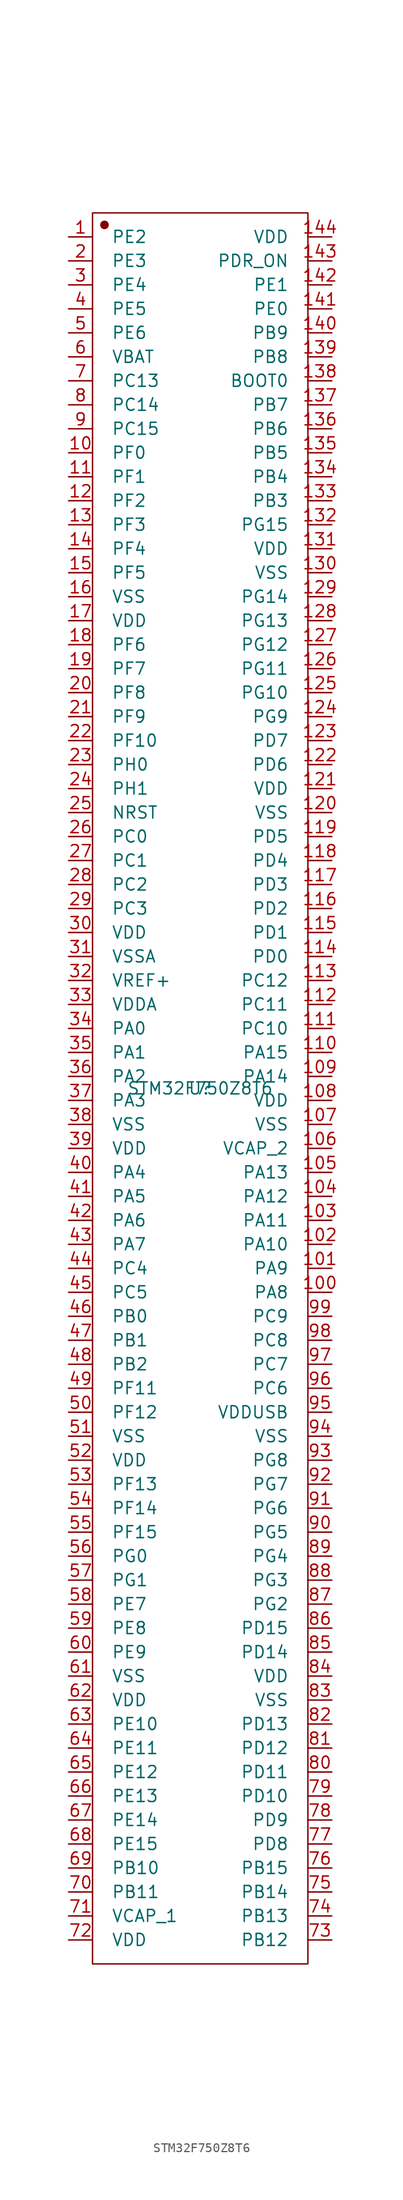
<source format=kicad_sym>
(kicad_symbol_lib
  (version 20201005)
  (generator kicad_symbol_editor)
  (symbol "LCSC:STM32F750Z8T6"
    (pin_names
      (offset 2))
    (property "Reference" "U"
      (at 0 0 0)
      (effects (font (size 1.27 1.27))))
    (property "Value" "STM32F750Z8T6"
      (at 0 0 0)
      (effects (font (size 1.27 1.27))))
    (symbol "STM32F750Z8T6_0_0")
    (symbol "STM32F750Z8T6_0_1"
      (circle (center -10.16 91.44) (radius 0.381) (stroke (width 0)) (fill (type outline)))
      (rectangle (start -11.43 92.71) (end 11.43 -92.71) (stroke (width 0)) (fill (type none))))
    (symbol "STM32F750Z8T6_1_1"
      (pin passive line (at -13.97 90.17 0) (length 2.54) (name "PE2" (effects (font (size 1.27 1.27)))) (number "1" (effects (font (size 1.27 1.27)))))
      (pin passive line (at -13.97 87.63 0) (length 2.54) (name "PE3" (effects (font (size 1.27 1.27)))) (number "2" (effects (font (size 1.27 1.27)))))
      (pin passive line (at -13.97 85.09 0) (length 2.54) (name "PE4" (effects (font (size 1.27 1.27)))) (number "3" (effects (font (size 1.27 1.27)))))
      (pin passive line (at -13.97 82.55 0) (length 2.54) (name "PE5" (effects (font (size 1.27 1.27)))) (number "4" (effects (font (size 1.27 1.27)))))
      (pin passive line (at -13.97 80.01 0) (length 2.54) (name "PE6" (effects (font (size 1.27 1.27)))) (number "5" (effects (font (size 1.27 1.27)))))
      (pin passive line (at -13.97 77.47 0) (length 2.54) (name "VBAT" (effects (font (size 1.27 1.27)))) (number "6" (effects (font (size 1.27 1.27)))))
      (pin passive line (at -13.97 74.93 0) (length 2.54) (name "PC13" (effects (font (size 1.27 1.27)))) (number "7" (effects (font (size 1.27 1.27)))))
      (pin passive line (at -13.97 72.39 0) (length 2.54) (name "PC14" (effects (font (size 1.27 1.27)))) (number "8" (effects (font (size 1.27 1.27)))))
      (pin passive line (at -13.97 69.85 0) (length 2.54) (name "PC15" (effects (font (size 1.27 1.27)))) (number "9" (effects (font (size 1.27 1.27)))))
      (pin passive line (at -13.97 67.31 0) (length 2.54) (name "PF0" (effects (font (size 1.27 1.27)))) (number "10" (effects (font (size 1.27 1.27)))))
      (pin passive line (at -13.97 64.77 0) (length 2.54) (name "PF1" (effects (font (size 1.27 1.27)))) (number "11" (effects (font (size 1.27 1.27)))))
      (pin passive line (at -13.97 62.23 0) (length 2.54) (name "PF2" (effects (font (size 1.27 1.27)))) (number "12" (effects (font (size 1.27 1.27)))))
      (pin passive line (at -13.97 59.69 0) (length 2.54) (name "PF3" (effects (font (size 1.27 1.27)))) (number "13" (effects (font (size 1.27 1.27)))))
      (pin passive line (at -13.97 57.15 0) (length 2.54) (name "PF4" (effects (font (size 1.27 1.27)))) (number "14" (effects (font (size 1.27 1.27)))))
      (pin passive line (at -13.97 54.61 0) (length 2.54) (name "PF5" (effects (font (size 1.27 1.27)))) (number "15" (effects (font (size 1.27 1.27)))))
      (pin passive line (at -13.97 52.07 0) (length 2.54) (name "VSS" (effects (font (size 1.27 1.27)))) (number "16" (effects (font (size 1.27 1.27)))))
      (pin passive line (at -13.97 49.53 0) (length 2.54) (name "VDD" (effects (font (size 1.27 1.27)))) (number "17" (effects (font (size 1.27 1.27)))))
      (pin passive line (at -13.97 46.99 0) (length 2.54) (name "PF6" (effects (font (size 1.27 1.27)))) (number "18" (effects (font (size 1.27 1.27)))))
      (pin passive line (at -13.97 44.45 0) (length 2.54) (name "PF7" (effects (font (size 1.27 1.27)))) (number "19" (effects (font (size 1.27 1.27)))))
      (pin passive line (at -13.97 41.91 0) (length 2.54) (name "PF8" (effects (font (size 1.27 1.27)))) (number "20" (effects (font (size 1.27 1.27)))))
      (pin passive line (at -13.97 39.37 0) (length 2.54) (name "PF9" (effects (font (size 1.27 1.27)))) (number "21" (effects (font (size 1.27 1.27)))))
      (pin passive line (at -13.97 36.83 0) (length 2.54) (name "PF10" (effects (font (size 1.27 1.27)))) (number "22" (effects (font (size 1.27 1.27)))))
      (pin passive line (at -13.97 34.29 0) (length 2.54) (name "PH0" (effects (font (size 1.27 1.27)))) (number "23" (effects (font (size 1.27 1.27)))))
      (pin passive line (at -13.97 31.75 0) (length 2.54) (name "PH1" (effects (font (size 1.27 1.27)))) (number "24" (effects (font (size 1.27 1.27)))))
      (pin passive line (at -13.97 29.21 0) (length 2.54) (name "NRST" (effects (font (size 1.27 1.27)))) (number "25" (effects (font (size 1.27 1.27)))))
      (pin passive line (at -13.97 26.67 0) (length 2.54) (name "PC0" (effects (font (size 1.27 1.27)))) (number "26" (effects (font (size 1.27 1.27)))))
      (pin passive line (at -13.97 24.13 0) (length 2.54) (name "PC1" (effects (font (size 1.27 1.27)))) (number "27" (effects (font (size 1.27 1.27)))))
      (pin passive line (at -13.97 21.59 0) (length 2.54) (name "PC2" (effects (font (size 1.27 1.27)))) (number "28" (effects (font (size 1.27 1.27)))))
      (pin passive line (at -13.97 19.05 0) (length 2.54) (name "PC3" (effects (font (size 1.27 1.27)))) (number "29" (effects (font (size 1.27 1.27)))))
      (pin passive line (at -13.97 16.51 0) (length 2.54) (name "VDD" (effects (font (size 1.27 1.27)))) (number "30" (effects (font (size 1.27 1.27)))))
      (pin passive line (at -13.97 13.97 0) (length 2.54) (name "VSSA" (effects (font (size 1.27 1.27)))) (number "31" (effects (font (size 1.27 1.27)))))
      (pin passive line (at -13.97 11.43 0) (length 2.54) (name "VREF+" (effects (font (size 1.27 1.27)))) (number "32" (effects (font (size 1.27 1.27)))))
      (pin passive line (at -13.97 8.89 0) (length 2.54) (name "VDDA" (effects (font (size 1.27 1.27)))) (number "33" (effects (font (size 1.27 1.27)))))
      (pin passive line (at -13.97 6.35 0) (length 2.54) (name "PA0" (effects (font (size 1.27 1.27)))) (number "34" (effects (font (size 1.27 1.27)))))
      (pin passive line (at -13.97 3.81 0) (length 2.54) (name "PA1" (effects (font (size 1.27 1.27)))) (number "35" (effects (font (size 1.27 1.27)))))
      (pin passive line (at -13.97 1.27 0) (length 2.54) (name "PA2" (effects (font (size 1.27 1.27)))) (number "36" (effects (font (size 1.27 1.27)))))
      (pin passive line (at -13.97 -1.27 0) (length 2.54) (name "PA3" (effects (font (size 1.27 1.27)))) (number "37" (effects (font (size 1.27 1.27)))))
      (pin passive line (at -13.97 -3.81 0) (length 2.54) (name "VSS" (effects (font (size 1.27 1.27)))) (number "38" (effects (font (size 1.27 1.27)))))
      (pin passive line (at -13.97 -6.35 0) (length 2.54) (name "VDD" (effects (font (size 1.27 1.27)))) (number "39" (effects (font (size 1.27 1.27)))))
      (pin passive line (at -13.97 -8.89 0) (length 2.54) (name "PA4" (effects (font (size 1.27 1.27)))) (number "40" (effects (font (size 1.27 1.27)))))
      (pin passive line (at -13.97 -11.43 0) (length 2.54) (name "PA5" (effects (font (size 1.27 1.27)))) (number "41" (effects (font (size 1.27 1.27)))))
      (pin passive line (at -13.97 -13.97 0) (length 2.54) (name "PA6" (effects (font (size 1.27 1.27)))) (number "42" (effects (font (size 1.27 1.27)))))
      (pin passive line (at -13.97 -16.51 0) (length 2.54) (name "PA7" (effects (font (size 1.27 1.27)))) (number "43" (effects (font (size 1.27 1.27)))))
      (pin passive line (at -13.97 -19.05 0) (length 2.54) (name "PC4" (effects (font (size 1.27 1.27)))) (number "44" (effects (font (size 1.27 1.27)))))
      (pin passive line (at -13.97 -21.59 0) (length 2.54) (name "PC5" (effects (font (size 1.27 1.27)))) (number "45" (effects (font (size 1.27 1.27)))))
      (pin passive line (at -13.97 -24.13 0) (length 2.54) (name "PB0" (effects (font (size 1.27 1.27)))) (number "46" (effects (font (size 1.27 1.27)))))
      (pin passive line (at -13.97 -26.67 0) (length 2.54) (name "PB1" (effects (font (size 1.27 1.27)))) (number "47" (effects (font (size 1.27 1.27)))))
      (pin passive line (at -13.97 -29.21 0) (length 2.54) (name "PB2" (effects (font (size 1.27 1.27)))) (number "48" (effects (font (size 1.27 1.27)))))
      (pin passive line (at -13.97 -31.75 0) (length 2.54) (name "PF11" (effects (font (size 1.27 1.27)))) (number "49" (effects (font (size 1.27 1.27)))))
      (pin passive line (at -13.97 -34.29 0) (length 2.54) (name "PF12" (effects (font (size 1.27 1.27)))) (number "50" (effects (font (size 1.27 1.27)))))
      (pin passive line (at -13.97 -36.83 0) (length 2.54) (name "VSS" (effects (font (size 1.27 1.27)))) (number "51" (effects (font (size 1.27 1.27)))))
      (pin passive line (at -13.97 -39.37 0) (length 2.54) (name "VDD" (effects (font (size 1.27 1.27)))) (number "52" (effects (font (size 1.27 1.27)))))
      (pin passive line (at -13.97 -41.91 0) (length 2.54) (name "PF13" (effects (font (size 1.27 1.27)))) (number "53" (effects (font (size 1.27 1.27)))))
      (pin passive line (at -13.97 -44.45 0) (length 2.54) (name "PF14" (effects (font (size 1.27 1.27)))) (number "54" (effects (font (size 1.27 1.27)))))
      (pin passive line (at -13.97 -46.99 0) (length 2.54) (name "PF15" (effects (font (size 1.27 1.27)))) (number "55" (effects (font (size 1.27 1.27)))))
      (pin passive line (at -13.97 -49.53 0) (length 2.54) (name "PG0" (effects (font (size 1.27 1.27)))) (number "56" (effects (font (size 1.27 1.27)))))
      (pin passive line (at -13.97 -52.07 0) (length 2.54) (name "PG1" (effects (font (size 1.27 1.27)))) (number "57" (effects (font (size 1.27 1.27)))))
      (pin passive line (at -13.97 -54.61 0) (length 2.54) (name "PE7" (effects (font (size 1.27 1.27)))) (number "58" (effects (font (size 1.27 1.27)))))
      (pin passive line (at -13.97 -57.15 0) (length 2.54) (name "PE8" (effects (font (size 1.27 1.27)))) (number "59" (effects (font (size 1.27 1.27)))))
      (pin passive line (at -13.97 -59.69 0) (length 2.54) (name "PE9" (effects (font (size 1.27 1.27)))) (number "60" (effects (font (size 1.27 1.27)))))
      (pin passive line (at -13.97 -62.23 0) (length 2.54) (name "VSS" (effects (font (size 1.27 1.27)))) (number "61" (effects (font (size 1.27 1.27)))))
      (pin passive line (at -13.97 -64.77 0) (length 2.54) (name "VDD" (effects (font (size 1.27 1.27)))) (number "62" (effects (font (size 1.27 1.27)))))
      (pin passive line (at -13.97 -67.31 0) (length 2.54) (name "PE10" (effects (font (size 1.27 1.27)))) (number "63" (effects (font (size 1.27 1.27)))))
      (pin passive line (at -13.97 -69.85 0) (length 2.54) (name "PE11" (effects (font (size 1.27 1.27)))) (number "64" (effects (font (size 1.27 1.27)))))
      (pin passive line (at -13.97 -72.39 0) (length 2.54) (name "PE12" (effects (font (size 1.27 1.27)))) (number "65" (effects (font (size 1.27 1.27)))))
      (pin passive line (at -13.97 -74.93 0) (length 2.54) (name "PE13" (effects (font (size 1.27 1.27)))) (number "66" (effects (font (size 1.27 1.27)))))
      (pin passive line (at -13.97 -77.47 0) (length 2.54) (name "PE14" (effects (font (size 1.27 1.27)))) (number "67" (effects (font (size 1.27 1.27)))))
      (pin passive line (at -13.97 -80.01 0) (length 2.54) (name "PE15" (effects (font (size 1.27 1.27)))) (number "68" (effects (font (size 1.27 1.27)))))
      (pin passive line (at -13.97 -82.55 0) (length 2.54) (name "PB10" (effects (font (size 1.27 1.27)))) (number "69" (effects (font (size 1.27 1.27)))))
      (pin passive line (at -13.97 -85.09 0) (length 2.54) (name "PB11" (effects (font (size 1.27 1.27)))) (number "70" (effects (font (size 1.27 1.27)))))
      (pin passive line (at -13.97 -87.63 0) (length 2.54) (name "VCAP_1" (effects (font (size 1.27 1.27)))) (number "71" (effects (font (size 1.27 1.27)))))
      (pin passive line (at -13.97 -90.17 0) (length 2.54) (name "VDD" (effects (font (size 1.27 1.27)))) (number "72" (effects (font (size 1.27 1.27)))))
      (pin passive line (at 13.97 -90.17 180) (length 2.54) (name "PB12" (effects (font (size 1.27 1.27)))) (number "73" (effects (font (size 1.27 1.27)))))
      (pin passive line (at 13.97 -87.63 180) (length 2.54) (name "PB13" (effects (font (size 1.27 1.27)))) (number "74" (effects (font (size 1.27 1.27)))))
      (pin passive line (at 13.97 -85.09 180) (length 2.54) (name "PB14" (effects (font (size 1.27 1.27)))) (number "75" (effects (font (size 1.27 1.27)))))
      (pin passive line (at 13.97 -82.55 180) (length 2.54) (name "PB15" (effects (font (size 1.27 1.27)))) (number "76" (effects (font (size 1.27 1.27)))))
      (pin passive line (at 13.97 -80.01 180) (length 2.54) (name "PD8" (effects (font (size 1.27 1.27)))) (number "77" (effects (font (size 1.27 1.27)))))
      (pin passive line (at 13.97 -77.47 180) (length 2.54) (name "PD9" (effects (font (size 1.27 1.27)))) (number "78" (effects (font (size 1.27 1.27)))))
      (pin passive line (at 13.97 -74.93 180) (length 2.54) (name "PD10" (effects (font (size 1.27 1.27)))) (number "79" (effects (font (size 1.27 1.27)))))
      (pin passive line (at 13.97 -72.39 180) (length 2.54) (name "PD11" (effects (font (size 1.27 1.27)))) (number "80" (effects (font (size 1.27 1.27)))))
      (pin passive line (at 13.97 -69.85 180) (length 2.54) (name "PD12" (effects (font (size 1.27 1.27)))) (number "81" (effects (font (size 1.27 1.27)))))
      (pin passive line (at 13.97 -67.31 180) (length 2.54) (name "PD13" (effects (font (size 1.27 1.27)))) (number "82" (effects (font (size 1.27 1.27)))))
      (pin passive line (at 13.97 -64.77 180) (length 2.54) (name "VSS" (effects (font (size 1.27 1.27)))) (number "83" (effects (font (size 1.27 1.27)))))
      (pin passive line (at 13.97 -62.23 180) (length 2.54) (name "VDD" (effects (font (size 1.27 1.27)))) (number "84" (effects (font (size 1.27 1.27)))))
      (pin passive line (at 13.97 -59.69 180) (length 2.54) (name "PD14" (effects (font (size 1.27 1.27)))) (number "85" (effects (font (size 1.27 1.27)))))
      (pin passive line (at 13.97 -57.15 180) (length 2.54) (name "PD15" (effects (font (size 1.27 1.27)))) (number "86" (effects (font (size 1.27 1.27)))))
      (pin passive line (at 13.97 -54.61 180) (length 2.54) (name "PG2" (effects (font (size 1.27 1.27)))) (number "87" (effects (font (size 1.27 1.27)))))
      (pin passive line (at 13.97 -52.07 180) (length 2.54) (name "PG3" (effects (font (size 1.27 1.27)))) (number "88" (effects (font (size 1.27 1.27)))))
      (pin passive line (at 13.97 -49.53 180) (length 2.54) (name "PG4" (effects (font (size 1.27 1.27)))) (number "89" (effects (font (size 1.27 1.27)))))
      (pin passive line (at 13.97 -46.99 180) (length 2.54) (name "PG5" (effects (font (size 1.27 1.27)))) (number "90" (effects (font (size 1.27 1.27)))))
      (pin passive line (at 13.97 -44.45 180) (length 2.54) (name "PG6" (effects (font (size 1.27 1.27)))) (number "91" (effects (font (size 1.27 1.27)))))
      (pin passive line (at 13.97 -41.91 180) (length 2.54) (name "PG7" (effects (font (size 1.27 1.27)))) (number "92" (effects (font (size 1.27 1.27)))))
      (pin passive line (at 13.97 -39.37 180) (length 2.54) (name "PG8" (effects (font (size 1.27 1.27)))) (number "93" (effects (font (size 1.27 1.27)))))
      (pin passive line (at 13.97 -36.83 180) (length 2.54) (name "VSS" (effects (font (size 1.27 1.27)))) (number "94" (effects (font (size 1.27 1.27)))))
      (pin passive line (at 13.97 -34.29 180) (length 2.54) (name "VDDUSB" (effects (font (size 1.27 1.27)))) (number "95" (effects (font (size 1.27 1.27)))))
      (pin passive line (at 13.97 -31.75 180) (length 2.54) (name "PC6" (effects (font (size 1.27 1.27)))) (number "96" (effects (font (size 1.27 1.27)))))
      (pin passive line (at 13.97 -29.21 180) (length 2.54) (name "PC7" (effects (font (size 1.27 1.27)))) (number "97" (effects (font (size 1.27 1.27)))))
      (pin passive line (at 13.97 -26.67 180) (length 2.54) (name "PC8" (effects (font (size 1.27 1.27)))) (number "98" (effects (font (size 1.27 1.27)))))
      (pin passive line (at 13.97 -24.13 180) (length 2.54) (name "PC9" (effects (font (size 1.27 1.27)))) (number "99" (effects (font (size 1.27 1.27)))))
      (pin passive line (at 13.97 -21.59 180) (length 2.54) (name "PA8" (effects (font (size 1.27 1.27)))) (number "100" (effects (font (size 1.27 1.27)))))
      (pin passive line (at 13.97 -19.05 180) (length 2.54) (name "PA9" (effects (font (size 1.27 1.27)))) (number "101" (effects (font (size 1.27 1.27)))))
      (pin passive line (at 13.97 -16.51 180) (length 2.54) (name "PA10" (effects (font (size 1.27 1.27)))) (number "102" (effects (font (size 1.27 1.27)))))
      (pin passive line (at 13.97 -13.97 180) (length 2.54) (name "PA11" (effects (font (size 1.27 1.27)))) (number "103" (effects (font (size 1.27 1.27)))))
      (pin passive line (at 13.97 -11.43 180) (length 2.54) (name "PA12" (effects (font (size 1.27 1.27)))) (number "104" (effects (font (size 1.27 1.27)))))
      (pin passive line (at 13.97 -8.89 180) (length 2.54) (name "PA13" (effects (font (size 1.27 1.27)))) (number "105" (effects (font (size 1.27 1.27)))))
      (pin passive line (at 13.97 -6.35 180) (length 2.54) (name "VCAP_2" (effects (font (size 1.27 1.27)))) (number "106" (effects (font (size 1.27 1.27)))))
      (pin passive line (at 13.97 -3.81 180) (length 2.54) (name "VSS" (effects (font (size 1.27 1.27)))) (number "107" (effects (font (size 1.27 1.27)))))
      (pin passive line (at 13.97 -1.27 180) (length 2.54) (name "VDD" (effects (font (size 1.27 1.27)))) (number "108" (effects (font (size 1.27 1.27)))))
      (pin passive line (at 13.97 1.27 180) (length 2.54) (name "PA14" (effects (font (size 1.27 1.27)))) (number "109" (effects (font (size 1.27 1.27)))))
      (pin passive line (at 13.97 3.81 180) (length 2.54) (name "PA15" (effects (font (size 1.27 1.27)))) (number "110" (effects (font (size 1.27 1.27)))))
      (pin passive line (at 13.97 6.35 180) (length 2.54) (name "PC10" (effects (font (size 1.27 1.27)))) (number "111" (effects (font (size 1.27 1.27)))))
      (pin passive line (at 13.97 8.89 180) (length 2.54) (name "PC11" (effects (font (size 1.27 1.27)))) (number "112" (effects (font (size 1.27 1.27)))))
      (pin passive line (at 13.97 11.43 180) (length 2.54) (name "PC12" (effects (font (size 1.27 1.27)))) (number "113" (effects (font (size 1.27 1.27)))))
      (pin passive line (at 13.97 13.97 180) (length 2.54) (name "PD0" (effects (font (size 1.27 1.27)))) (number "114" (effects (font (size 1.27 1.27)))))
      (pin passive line (at 13.97 16.51 180) (length 2.54) (name "PD1" (effects (font (size 1.27 1.27)))) (number "115" (effects (font (size 1.27 1.27)))))
      (pin passive line (at 13.97 19.05 180) (length 2.54) (name "PD2" (effects (font (size 1.27 1.27)))) (number "116" (effects (font (size 1.27 1.27)))))
      (pin passive line (at 13.97 21.59 180) (length 2.54) (name "PD3" (effects (font (size 1.27 1.27)))) (number "117" (effects (font (size 1.27 1.27)))))
      (pin passive line (at 13.97 24.13 180) (length 2.54) (name "PD4" (effects (font (size 1.27 1.27)))) (number "118" (effects (font (size 1.27 1.27)))))
      (pin passive line (at 13.97 26.67 180) (length 2.54) (name "PD5" (effects (font (size 1.27 1.27)))) (number "119" (effects (font (size 1.27 1.27)))))
      (pin passive line (at 13.97 29.21 180) (length 2.54) (name "VSS" (effects (font (size 1.27 1.27)))) (number "120" (effects (font (size 1.27 1.27)))))
      (pin passive line (at 13.97 31.75 180) (length 2.54) (name "VDD" (effects (font (size 1.27 1.27)))) (number "121" (effects (font (size 1.27 1.27)))))
      (pin passive line (at 13.97 34.29 180) (length 2.54) (name "PD6" (effects (font (size 1.27 1.27)))) (number "122" (effects (font (size 1.27 1.27)))))
      (pin passive line (at 13.97 36.83 180) (length 2.54) (name "PD7" (effects (font (size 1.27 1.27)))) (number "123" (effects (font (size 1.27 1.27)))))
      (pin passive line (at 13.97 39.37 180) (length 2.54) (name "PG9" (effects (font (size 1.27 1.27)))) (number "124" (effects (font (size 1.27 1.27)))))
      (pin passive line (at 13.97 41.91 180) (length 2.54) (name "PG10" (effects (font (size 1.27 1.27)))) (number "125" (effects (font (size 1.27 1.27)))))
      (pin passive line (at 13.97 44.45 180) (length 2.54) (name "PG11" (effects (font (size 1.27 1.27)))) (number "126" (effects (font (size 1.27 1.27)))))
      (pin passive line (at 13.97 46.99 180) (length 2.54) (name "PG12" (effects (font (size 1.27 1.27)))) (number "127" (effects (font (size 1.27 1.27)))))
      (pin passive line (at 13.97 49.53 180) (length 2.54) (name "PG13" (effects (font (size 1.27 1.27)))) (number "128" (effects (font (size 1.27 1.27)))))
      (pin passive line (at 13.97 52.07 180) (length 2.54) (name "PG14" (effects (font (size 1.27 1.27)))) (number "129" (effects (font (size 1.27 1.27)))))
      (pin passive line (at 13.97 54.61 180) (length 2.54) (name "VSS" (effects (font (size 1.27 1.27)))) (number "130" (effects (font (size 1.27 1.27)))))
      (pin passive line (at 13.97 57.15 180) (length 2.54) (name "VDD" (effects (font (size 1.27 1.27)))) (number "131" (effects (font (size 1.27 1.27)))))
      (pin passive line (at 13.97 59.69 180) (length 2.54) (name "PG15" (effects (font (size 1.27 1.27)))) (number "132" (effects (font (size 1.27 1.27)))))
      (pin passive line (at 13.97 62.23 180) (length 2.54) (name "PB3" (effects (font (size 1.27 1.27)))) (number "133" (effects (font (size 1.27 1.27)))))
      (pin passive line (at 13.97 64.77 180) (length 2.54) (name "PB4" (effects (font (size 1.27 1.27)))) (number "134" (effects (font (size 1.27 1.27)))))
      (pin passive line (at 13.97 67.31 180) (length 2.54) (name "PB5" (effects (font (size 1.27 1.27)))) (number "135" (effects (font (size 1.27 1.27)))))
      (pin passive line (at 13.97 69.85 180) (length 2.54) (name "PB6" (effects (font (size 1.27 1.27)))) (number "136" (effects (font (size 1.27 1.27)))))
      (pin passive line (at 13.97 72.39 180) (length 2.54) (name "PB7" (effects (font (size 1.27 1.27)))) (number "137" (effects (font (size 1.27 1.27)))))
      (pin passive line (at 13.97 74.93 180) (length 2.54) (name "BOOT0" (effects (font (size 1.27 1.27)))) (number "138" (effects (font (size 1.27 1.27)))))
      (pin passive line (at 13.97 77.47 180) (length 2.54) (name "PB8" (effects (font (size 1.27 1.27)))) (number "139" (effects (font (size 1.27 1.27)))))
      (pin passive line (at 13.97 80.01 180) (length 2.54) (name "PB9" (effects (font (size 1.27 1.27)))) (number "140" (effects (font (size 1.27 1.27)))))
      (pin passive line (at 13.97 82.55 180) (length 2.54) (name "PE0" (effects (font (size 1.27 1.27)))) (number "141" (effects (font (size 1.27 1.27)))))
      (pin passive line (at 13.97 85.09 180) (length 2.54) (name "PE1" (effects (font (size 1.27 1.27)))) (number "142" (effects (font (size 1.27 1.27)))))
      (pin passive line (at 13.97 87.63 180) (length 2.54) (name "PDR_ON" (effects (font (size 1.27 1.27)))) (number "143" (effects (font (size 1.27 1.27)))))
      (pin passive line (at 13.97 90.17 180) (length 2.54) (name "VDD" (effects (font (size 1.27 1.27)))) (number "144" (effects (font (size 1.27 1.27))))))))
</source>
